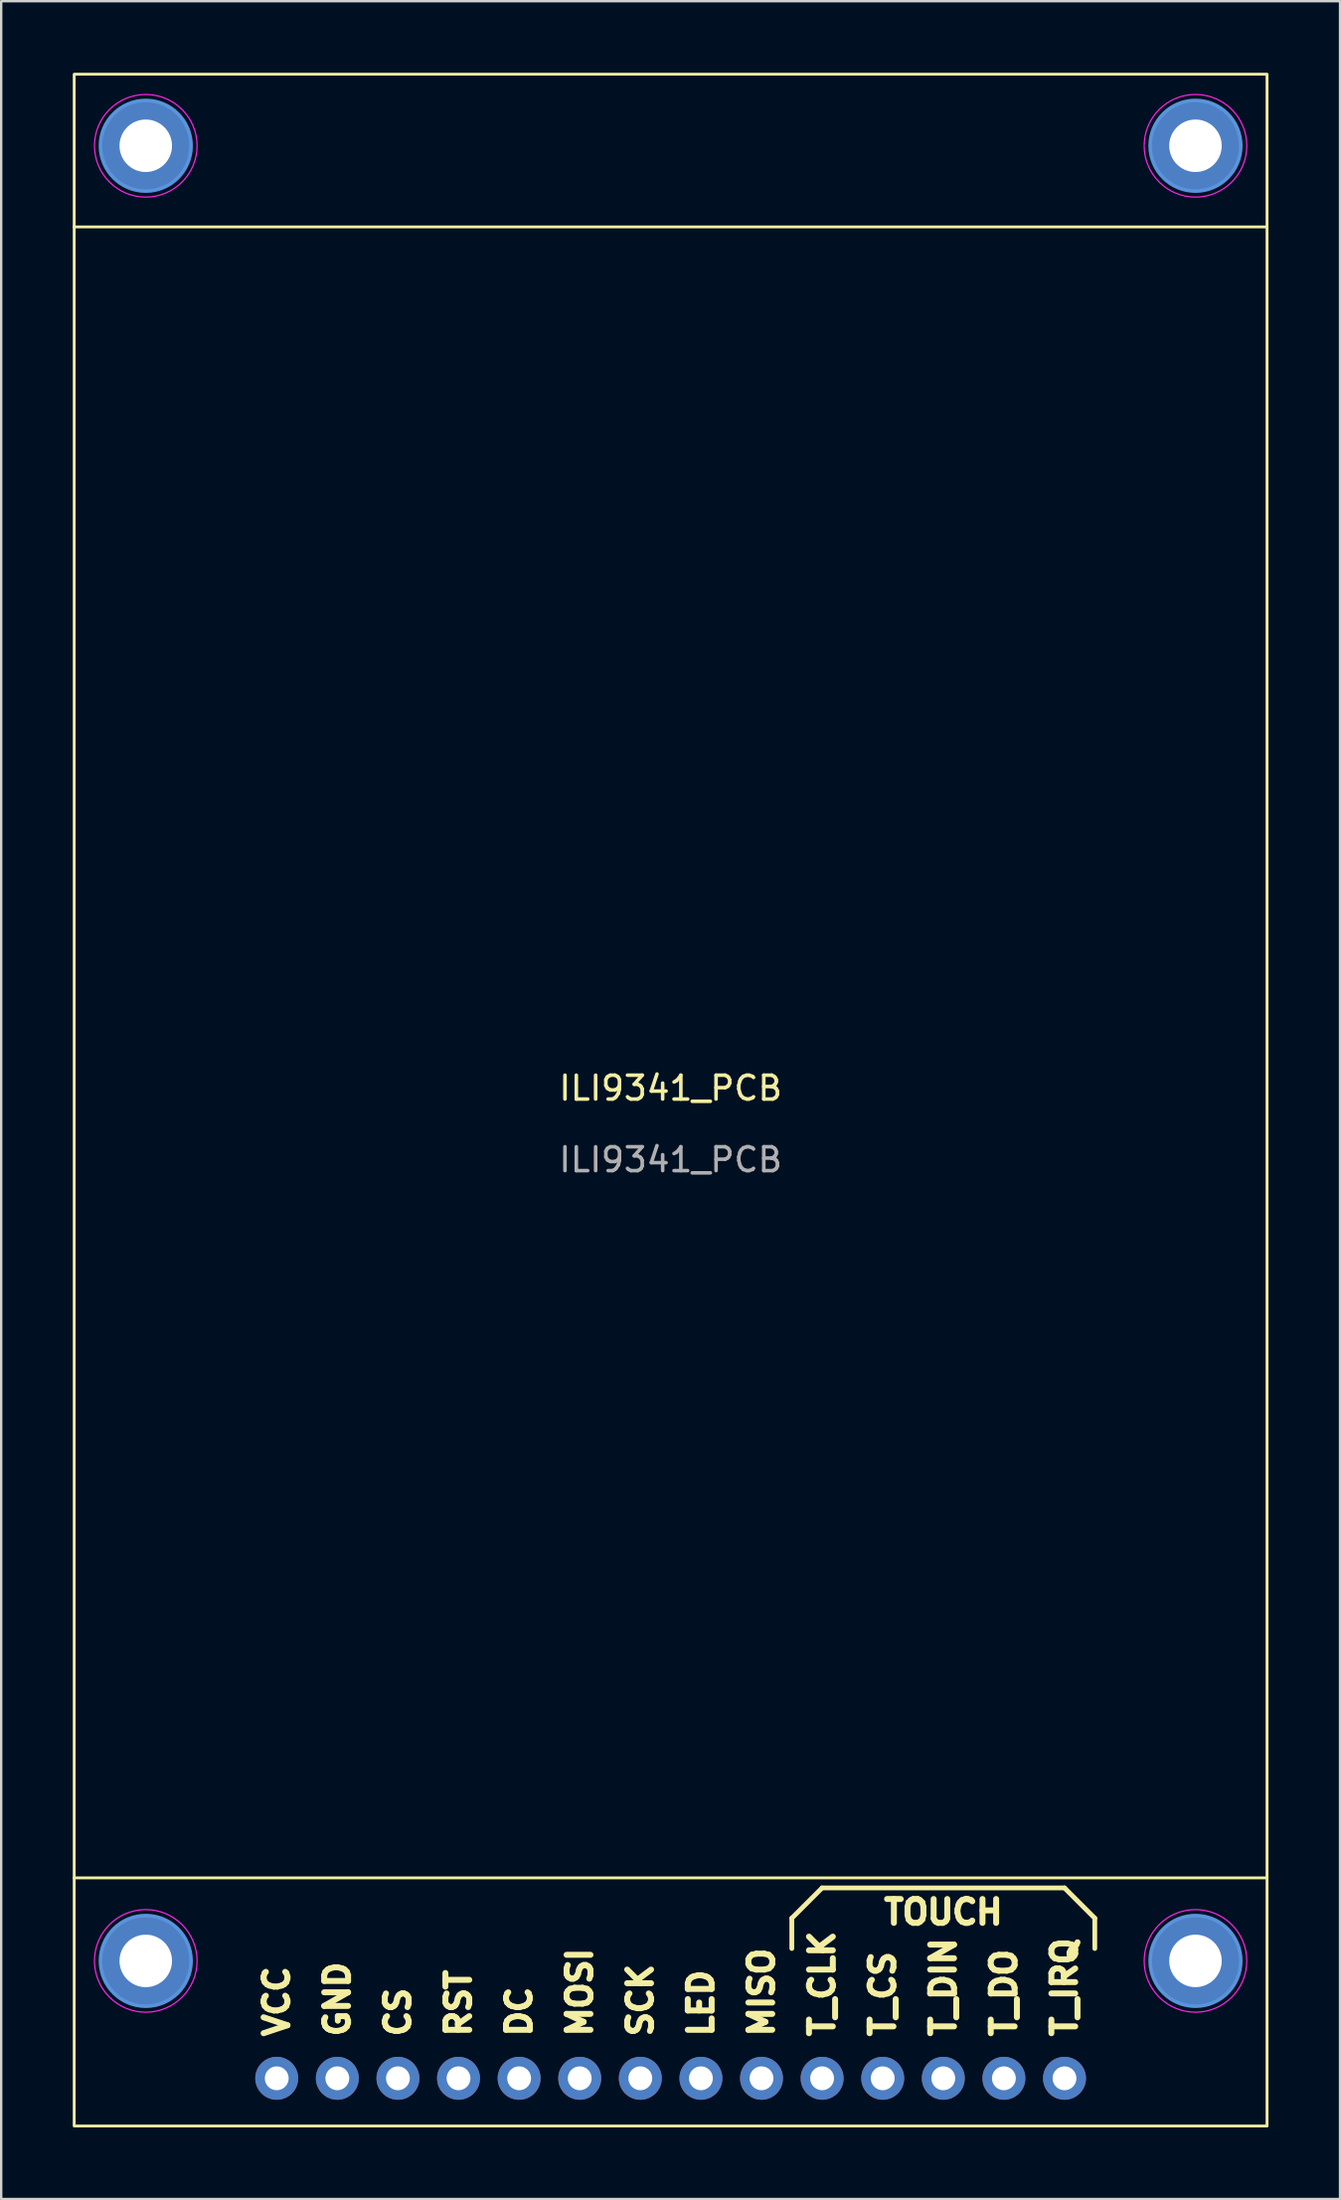
<source format=kicad_pcb>
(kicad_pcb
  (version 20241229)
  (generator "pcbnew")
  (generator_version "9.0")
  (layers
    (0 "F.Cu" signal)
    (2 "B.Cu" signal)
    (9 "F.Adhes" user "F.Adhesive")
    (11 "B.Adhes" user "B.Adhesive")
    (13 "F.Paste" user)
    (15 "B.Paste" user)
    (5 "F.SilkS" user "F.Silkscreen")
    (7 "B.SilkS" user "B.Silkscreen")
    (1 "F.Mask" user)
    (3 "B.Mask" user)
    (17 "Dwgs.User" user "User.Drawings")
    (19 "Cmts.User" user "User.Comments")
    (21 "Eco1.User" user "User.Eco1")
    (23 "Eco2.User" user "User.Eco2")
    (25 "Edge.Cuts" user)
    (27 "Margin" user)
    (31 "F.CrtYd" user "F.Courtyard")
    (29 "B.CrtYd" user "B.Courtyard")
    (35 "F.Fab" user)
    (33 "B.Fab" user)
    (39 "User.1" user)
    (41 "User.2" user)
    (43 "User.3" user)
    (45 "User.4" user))
  (footprint "ILI9341_PCB"
    (layer "F.Cu")
    (at 25.06 43.06)
    (property "Reference" "ILI9341_PCB" (at 0 -0.5 0) (unlocked yes) (layer "F.SilkS") (effects (font (size 1 1) (thickness 0.15))))
    (attr through_hole)
    (fp_line (start -25 -36.6) (end 25 -36.6) (stroke (width 0.12) (type solid)) (layer "F.SilkS"))
    (fp_line (start -25 32.6) (end 25 32.6) (stroke (width 0.12) (type solid)) (layer "F.SilkS"))
    (fp_line (start 5.08 34.29) (end 6.35 33.02) (stroke (width 0.2) (type solid)) (layer "F.SilkS"))
    (fp_line (start 5.08 35.56) (end 5.08 34.29) (stroke (width 0.2) (type solid)) (layer "F.SilkS"))
    (fp_line (start 6.35 33.02) (end 16.51 33.02) (stroke (width 0.2) (type solid)) (layer "F.SilkS"))
    (fp_line (start 16.51 33.02) (end 17.78 34.29) (stroke (width 0.2) (type solid)) (layer "F.SilkS"))
    (fp_line (start 17.78 34.29) (end 17.78 35.56) (stroke (width 0.2) (type solid)) (layer "F.SilkS"))
    (fp_rect (start 25 43) (end -25 -43) (stroke (width 0.12) (type solid)) (fill no) (layer "F.SilkS"))
    (fp_circle (center -22 -40) (end -20.1 -40) (stroke (width 0.15) (type solid)) (fill no) (layer "Cmts.User"))
    (fp_circle (center -22 36.08) (end -20.1 36.08) (stroke (width 0.15) (type solid)) (fill no) (layer "Cmts.User"))
    (fp_circle (center 22 -40) (end 23.9 -40) (stroke (width 0.15) (type solid)) (fill no) (layer "Cmts.User"))
    (fp_circle (center 22 36.08) (end 23.9 36.08) (stroke (width 0.15) (type solid)) (fill no) (layer "Cmts.User"))
    (fp_circle (center -22 -40) (end -19.85 -40) (stroke (width 0.05) (type solid)) (fill no) (layer "F.CrtYd"))
    (fp_circle (center -22 36.08) (end -19.85 36.08) (stroke (width 0.05) (type solid)) (fill no) (layer "F.CrtYd"))
    (fp_circle (center 22 -40) (end 24.15 -40) (stroke (width 0.05) (type solid)) (fill no) (layer "F.CrtYd"))
    (fp_circle (center 22 36.08) (end 24.15 36.08) (stroke (width 0.05) (type solid)) (fill no) (layer "F.CrtYd"))
    (fp_text user "T_DO" (at 13.97 39.37 90) (unlocked yes) (layer "F.SilkS") (effects (font (size 1 1) (thickness 0.25)) (justify left)))
    (fp_text user "RST" (at -8.89 39.37 90) (unlocked yes) (layer "F.SilkS") (effects (font (size 1 1) (thickness 0.25)) (justify left)))
    (fp_text user "TOUCH" (at 11.43 34.036 0) (unlocked yes) (layer "F.SilkS") (effects (font (size 1 1) (thickness 0.25))))
    (fp_text user "DC" (at -6.35 39.37 90) (unlocked yes) (layer "F.SilkS") (effects (font (size 1 1) (thickness 0.25)) (justify left)))
    (fp_text user "T_CLK" (at 6.35 39.37 90) (unlocked yes) (layer "F.SilkS") (effects (font (size 1 1) (thickness 0.25)) (justify left)))
    (fp_text user "SCK" (at -1.27 39.37 90) (unlocked yes) (layer "F.SilkS") (effects (font (size 1 1) (thickness 0.25)) (justify left)))
    (fp_text user "LED" (at 1.27 39.37 90) (unlocked yes) (layer "F.SilkS") (effects (font (size 1 1) (thickness 0.25)) (justify left)))
    (fp_text user "MISO" (at 3.81 39.37 90) (unlocked yes) (layer "F.SilkS") (effects (font (size 1 1) (thickness 0.25)) (justify left)))
    (fp_text user "T_IRQ" (at 16.51 39.37 90) (unlocked yes) (layer "F.SilkS") (effects (font (size 1 1) (thickness 0.25)) (justify left)))
    (fp_text user "T_DIN" (at 11.43 39.37 90) (unlocked yes) (layer "F.SilkS") (effects (font (size 1 1) (thickness 0.25)) (justify left)))
    (fp_text user "CS" (at -11.43 39.37 90) (unlocked yes) (layer "F.SilkS") (effects (font (size 1 1) (thickness 0.25)) (justify left)))
    (fp_text user "T_CS" (at 8.89 39.37 90) (unlocked yes) (layer "F.SilkS") (effects (font (size 1 1) (thickness 0.25)) (justify left)))
    (fp_text user "VCC" (at -16.51 39.37 90) (unlocked yes) (layer "F.SilkS") (effects (font (size 1 1) (thickness 0.25)) (justify left)))
    (fp_text user "MOSI" (at -3.81 39.37 90) (unlocked yes) (layer "F.SilkS") (effects (font (size 1 1) (thickness 0.25)) (justify left)))
    (fp_text user "GND" (at -13.97 39.37 90) (unlocked yes) (layer "F.SilkS") (effects (font (size 1 1) (thickness 0.25)) (justify left)))
    (fp_text user "${REFERENCE}" (at 0 2.5 0) (unlocked yes) (layer "F.Fab") (effects (font (size 1 1) (thickness 0.15))))
    (pad "" np_thru_hole circle (at -22 -40) (size 3.8 3.8) (drill 2.2) (layers "*.Cu" "*.Mask"))
    (pad "" np_thru_hole circle (at -22 36.08) (size 3.8 3.8) (drill 2.2) (layers "*.Cu" "*.Mask"))
    (pad "" np_thru_hole circle (at 22 -40) (size 3.8 3.8) (drill 2.2) (layers "*.Cu" "*.Mask"))
    (pad "" np_thru_hole circle (at 22 36.08) (size 3.8 3.8) (drill 2.2) (layers "*.Cu" "*.Mask"))
    (pad "1" thru_hole circle (at -16.51 41) (size 1.8 1.8) (drill 1) (layers "*.Cu" "*.Mask"))
    (pad "2" thru_hole circle (at -13.97 41) (size 1.8 1.8) (drill 1) (layers "*.Cu" "*.Mask"))
    (pad "3" thru_hole circle (at -11.43 41) (size 1.8 1.8) (drill 1) (layers "*.Cu" "*.Mask"))
    (pad "4" thru_hole circle (at -8.89 41) (size 1.8 1.8) (drill 1) (layers "*.Cu" "*.Mask"))
    (pad "5" thru_hole circle (at -6.35 41) (size 1.8 1.8) (drill 1) (layers "*.Cu" "*.Mask"))
    (pad "6" thru_hole circle (at -3.81 41) (size 1.8 1.8) (drill 1) (layers "*.Cu" "*.Mask"))
    (pad "7" thru_hole circle (at -1.27 41) (size 1.8 1.8) (drill 1) (layers "*.Cu" "*.Mask"))
    (pad "8" thru_hole circle (at 1.27 41) (size 1.8 1.8) (drill 1) (layers "*.Cu" "*.Mask"))
    (pad "9" thru_hole circle (at 3.81 41) (size 1.8 1.8) (drill 1) (layers "*.Cu" "*.Mask"))
    (pad "10" thru_hole circle (at 6.35 41) (size 1.8 1.8) (drill 1) (layers "*.Cu" "*.Mask"))
    (pad "11" thru_hole circle (at 8.89 41) (size 1.8 1.8) (drill 1) (layers "*.Cu" "*.Mask"))
    (pad "12" thru_hole circle (at 11.43 41) (size 1.8 1.8) (drill 1) (layers "*.Cu" "*.Mask"))
    (pad "13" thru_hole circle (at 13.97 41) (size 1.8 1.8) (drill 1) (layers "*.Cu" "*.Mask"))
    (pad "14" thru_hole circle (at 16.51 41) (size 1.8 1.8) (drill 1) (layers "*.Cu" "*.Mask")))
  (gr_rect
    (start -3 -3)
    (end 53.12 89.12)
    (stroke (width 0.1) (type default))
    (fill no)
    (layer "Edge.Cuts")))
</source>
